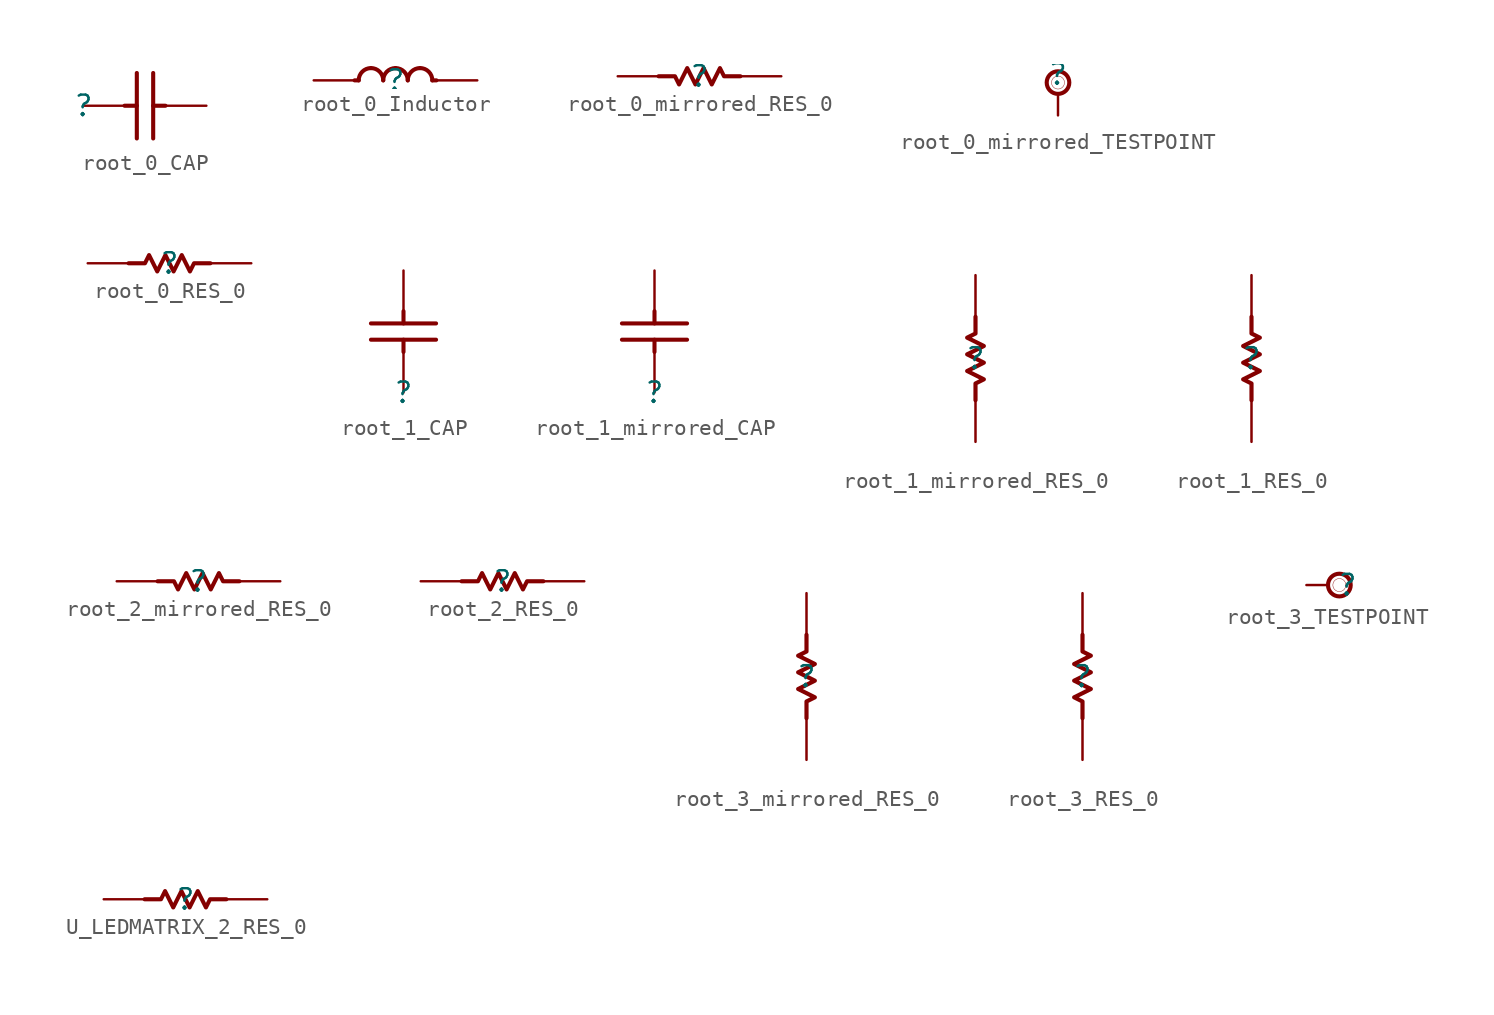
<source format=kicad_sym>
(kicad_symbol_lib
  (version 20231120)
  (generator "kicad_symbol_editor")
  (generator_version "8.0")
  (symbol "root_0_CAP"
    (property "Reference" ""
      (at 0 0 0)
      (effects (font (size 1.27 1.27))))
    (property "Value" ""
      (at 0 0 0)
      (effects (font (size 1.27 1.27))))
    (symbol "root_0_CAP_1_0"
      (polyline (pts (xy 2.54 0) (xy 3.302 0)) (stroke (width 0.254) (type solid)) (fill (type none)))
      (polyline (pts (xy 3.302 -2.032) (xy 3.302 2.032)) (stroke (width 0.254) (type solid)) (fill (type none)))
      (polyline (pts (xy 4.318 2.032) (xy 4.318 -2.032)) (stroke (width 0.254) (type solid)) (fill (type none)))
      (polyline (pts (xy 5.08 0) (xy 4.318 0)) (stroke (width 0.254) (type solid)) (fill (type none)))
      (pin passive line (at 0 0 0) (length 2.54) (name "1" (effects (font (size 0 0)))) (number "1" (effects (font (size 0 0)))))
      (pin passive line (at 7.62 0 180) (length 2.54) (name "2" (effects (font (size 0 0)))) (number "2" (effects (font (size 0 0)))))))
  (symbol "root_0_Inductor"
    (property "Reference" ""
      (at 0 0 0)
      (effects (font (size 1.27 1.27))))
    (property "Value" ""
      (at 0 0 0)
      (effects (font (size 1.27 1.27))))
    (symbol "root_0_Inductor_1_0"
      (arc (start -1.524 0.762) (mid -2.0628 0.5388) (end -2.286 0) (stroke (width 0.254) (type solid)) (fill (type none)))
      (arc (start -0.762 0) (mid -0.9852 0.5388) (end -1.524 0.762) (stroke (width 0.254) (type solid)) (fill (type none)))
      (polyline (pts (xy -2.286 0) (xy -2.54 0)) (stroke (width 0.254) (type solid)) (fill (type none)))
      (polyline (pts (xy 2.286 0) (xy 2.54 0)) (stroke (width 0.254) (type solid)) (fill (type none)))
      (arc (start 0 0.762) (mid -0.5388 0.5388) (end -0.762 0) (stroke (width 0.254) (type solid)) (fill (type none)))
      (arc (start 0.762 0) (mid 0.5388 0.5388) (end 0 0.762) (stroke (width 0.254) (type solid)) (fill (type none)))
      (arc (start 1.524 0.762) (mid 0.9852 0.5388) (end 0.762 0) (stroke (width 0.254) (type solid)) (fill (type none)))
      (arc (start 2.286 0) (mid 2.0628 0.5388) (end 1.524 0.762) (stroke (width 0.254) (type solid)) (fill (type none)))
      (pin passive line (at -5.08 0 0) (length 2.54) (name "1" (effects (font (size 0 0)))) (number "1" (effects (font (size 0 0)))))
      (pin passive line (at 5.08 0 180) (length 2.54) (name "2" (effects (font (size 0 0)))) (number "2" (effects (font (size 0 0)))))))
  (symbol "root_0_mirrored_RES_0"
    (property "Reference" ""
      (at 0 0 0)
      (effects (font (size 1.27 1.27))))
    (property "Value" ""
      (at 0 0 0)
      (effects (font (size 1.27 1.27))))
    (symbol "root_0_mirrored_RES_0_1_0"
      (polyline (pts (xy -2.54 0) (xy -1.524 0) (xy -1.27 -0.508) (xy -0.762 0.508) (xy -0.254 -0.508) (xy 0.254 0.508) (xy 0.762 -0.508) (xy 1.27 0.508) (xy 1.524 0) (xy 2.54 0)) (stroke (width 0.254) (type solid)) (fill (type none)))
      (pin passive line (at 5.08 0 180) (length 2.54) (name "1" (effects (font (size 0 0)))) (number "1" (effects (font (size 0 0)))))
      (pin passive line (at -5.08 0 0) (length 2.54) (name "2" (effects (font (size 0 0)))) (number "2" (effects (font (size 0 0)))))))
  (symbol "root_0_mirrored_TESTPOINT"
    (property "Reference" ""
      (at 0 0 0)
      (effects (font (size 1.27 1.27))))
    (property "Value" ""
      (at 0 0 0)
      (effects (font (size 1.27 1.27))))
    (symbol "root_0_mirrored_TESTPOINT_1_0"
      (circle (center 0 -0.508) (radius 0.4) (stroke (width 0.025) (type solid)) (fill (type none)))
      (circle (center 0 -0.508) (radius 0.7) (stroke (width 0.254) (type solid)) (fill (type none)))
      (pin passive line (at 0 -2.54 90) (length 1.27) (name "X" (effects (font (size 0 0)))) (number "X" (effects (font (size 0 0)))))))
  (symbol "root_0_RES_0"
    (property "Reference" ""
      (at 0 0 0)
      (effects (font (size 1.27 1.27))))
    (property "Value" ""
      (at 0 0 0)
      (effects (font (size 1.27 1.27))))
    (symbol "root_0_RES_0_1_0"
      (polyline (pts (xy 2.54 0) (xy 1.524 0) (xy 1.27 -0.508) (xy 0.762 0.508) (xy 0.254 -0.508) (xy -0.254 0.508) (xy -0.762 -0.508) (xy -1.27 0.508) (xy -1.524 0) (xy -2.54 0)) (stroke (width 0.254) (type solid)) (fill (type none)))
      (pin passive line (at -5.08 0 0) (length 2.54) (name "1" (effects (font (size 0 0)))) (number "1" (effects (font (size 0 0)))))
      (pin passive line (at 5.08 0 180) (length 2.54) (name "2" (effects (font (size 0 0)))) (number "2" (effects (font (size 0 0)))))))
  (symbol "root_1_CAP"
    (property "Reference" ""
      (at 0 0 0)
      (effects (font (size 1.27 1.27))))
    (property "Value" ""
      (at 0 0 0)
      (effects (font (size 1.27 1.27))))
    (symbol "root_1_CAP_1_0"
      (polyline (pts (xy -2.032 4.318) (xy 2.032 4.318)) (stroke (width 0.254) (type solid)) (fill (type none)))
      (polyline (pts (xy 0 2.54) (xy 0 3.302)) (stroke (width 0.254) (type solid)) (fill (type none)))
      (polyline (pts (xy 0 5.08) (xy 0 4.318)) (stroke (width 0.254) (type solid)) (fill (type none)))
      (polyline (pts (xy 2.032 3.302) (xy -2.032 3.302)) (stroke (width 0.254) (type solid)) (fill (type none)))
      (pin passive line (at 0 0 90) (length 2.54) (name "1" (effects (font (size 0 0)))) (number "1" (effects (font (size 0 0)))))
      (pin passive line (at 0 7.62 270) (length 2.54) (name "2" (effects (font (size 0 0)))) (number "2" (effects (font (size 0 0)))))))
  (symbol "root_1_mirrored_CAP"
    (property "Reference" ""
      (at 0 0 0)
      (effects (font (size 1.27 1.27))))
    (property "Value" ""
      (at 0 0 0)
      (effects (font (size 1.27 1.27))))
    (symbol "root_1_mirrored_CAP_1_0"
      (polyline (pts (xy -2.032 3.302) (xy 2.032 3.302)) (stroke (width 0.254) (type solid)) (fill (type none)))
      (polyline (pts (xy 0 2.54) (xy 0 3.302)) (stroke (width 0.254) (type solid)) (fill (type none)))
      (polyline (pts (xy 0 5.08) (xy 0 4.318)) (stroke (width 0.254) (type solid)) (fill (type none)))
      (polyline (pts (xy 2.032 4.318) (xy -2.032 4.318)) (stroke (width 0.254) (type solid)) (fill (type none)))
      (pin passive line (at 0 0 90) (length 2.54) (name "1" (effects (font (size 0 0)))) (number "1" (effects (font (size 0 0)))))
      (pin passive line (at 0 7.62 270) (length 2.54) (name "2" (effects (font (size 0 0)))) (number "2" (effects (font (size 0 0)))))))
  (symbol "root_1_mirrored_RES_0"
    (property "Reference" ""
      (at 0 0 0)
      (effects (font (size 1.27 1.27))))
    (property "Value" ""
      (at 0 0 0)
      (effects (font (size 1.27 1.27))))
    (symbol "root_1_mirrored_RES_0_1_0"
      (polyline (pts (xy 0 2.54) (xy 0 1.524) (xy -0.508 1.27) (xy 0.508 0.762) (xy -0.508 0.254) (xy 0.508 -0.254) (xy -0.508 -0.762) (xy 0.508 -1.27) (xy 0 -1.524) (xy 0 -2.54)) (stroke (width 0.254) (type solid)) (fill (type none)))
      (pin passive line (at 0 -5.08 90) (length 2.54) (name "1" (effects (font (size 0 0)))) (number "1" (effects (font (size 0 0)))))
      (pin passive line (at 0 5.08 270) (length 2.54) (name "2" (effects (font (size 0 0)))) (number "2" (effects (font (size 0 0)))))))
  (symbol "root_1_RES_0"
    (property "Reference" ""
      (at 0 0 0)
      (effects (font (size 1.27 1.27))))
    (property "Value" ""
      (at 0 0 0)
      (effects (font (size 1.27 1.27))))
    (symbol "root_1_RES_0_1_0"
      (polyline (pts (xy 0 2.54) (xy 0 1.524) (xy 0.508 1.27) (xy -0.508 0.762) (xy 0.508 0.254) (xy -0.508 -0.254) (xy 0.508 -0.762) (xy -0.508 -1.27) (xy 0 -1.524) (xy 0 -2.54)) (stroke (width 0.254) (type solid)) (fill (type none)))
      (pin passive line (at 0 -5.08 90) (length 2.54) (name "1" (effects (font (size 0 0)))) (number "1" (effects (font (size 0 0)))))
      (pin passive line (at 0 5.08 270) (length 2.54) (name "2" (effects (font (size 0 0)))) (number "2" (effects (font (size 0 0)))))))
  (symbol "root_2_mirrored_RES_0"
    (property "Reference" ""
      (at 0 0 0)
      (effects (font (size 1.27 1.27))))
    (property "Value" ""
      (at 0 0 0)
      (effects (font (size 1.27 1.27))))
    (symbol "root_2_mirrored_RES_0_1_0"
      (polyline (pts (xy 2.54 0) (xy 1.524 0) (xy 1.27 0.508) (xy 0.762 -0.508) (xy 0.254 0.508) (xy -0.254 -0.508) (xy -0.762 0.508) (xy -1.27 -0.508) (xy -1.524 0) (xy -2.54 0)) (stroke (width 0.254) (type solid)) (fill (type none)))
      (pin passive line (at -5.08 0 0) (length 2.54) (name "1" (effects (font (size 0 0)))) (number "1" (effects (font (size 0 0)))))
      (pin passive line (at 5.08 0 180) (length 2.54) (name "2" (effects (font (size 0 0)))) (number "2" (effects (font (size 0 0)))))))
  (symbol "root_2_RES_0"
    (property "Reference" ""
      (at 0 0 0)
      (effects (font (size 1.27 1.27))))
    (property "Value" ""
      (at 0 0 0)
      (effects (font (size 1.27 1.27))))
    (symbol "root_2_RES_0_1_0"
      (polyline (pts (xy -2.54 0) (xy -1.524 0) (xy -1.27 0.508) (xy -0.762 -0.508) (xy -0.254 0.508) (xy 0.254 -0.508) (xy 0.762 0.508) (xy 1.27 -0.508) (xy 1.524 0) (xy 2.54 0)) (stroke (width 0.254) (type solid)) (fill (type none)))
      (pin passive line (at 5.08 0 180) (length 2.54) (name "1" (effects (font (size 0 0)))) (number "1" (effects (font (size 0 0)))))
      (pin passive line (at -5.08 0 0) (length 2.54) (name "2" (effects (font (size 0 0)))) (number "2" (effects (font (size 0 0)))))))
  (symbol "root_3_mirrored_RES_0"
    (property "Reference" ""
      (at 0 0 0)
      (effects (font (size 1.27 1.27))))
    (property "Value" ""
      (at 0 0 0)
      (effects (font (size 1.27 1.27))))
    (symbol "root_3_mirrored_RES_0_1_0"
      (polyline (pts (xy 0 -2.54) (xy 0 -1.524) (xy 0.508 -1.27) (xy -0.508 -0.762) (xy 0.508 -0.254) (xy -0.508 0.254) (xy 0.508 0.762) (xy -0.508 1.27) (xy 0 1.524) (xy 0 2.54)) (stroke (width 0.254) (type solid)) (fill (type none)))
      (pin passive line (at 0 5.08 270) (length 2.54) (name "1" (effects (font (size 0 0)))) (number "1" (effects (font (size 0 0)))))
      (pin passive line (at 0 -5.08 90) (length 2.54) (name "2" (effects (font (size 0 0)))) (number "2" (effects (font (size 0 0)))))))
  (symbol "root_3_RES_0"
    (property "Reference" ""
      (at 0 0 0)
      (effects (font (size 1.27 1.27))))
    (property "Value" ""
      (at 0 0 0)
      (effects (font (size 1.27 1.27))))
    (symbol "root_3_RES_0_1_0"
      (polyline (pts (xy 0 -2.54) (xy 0 -1.524) (xy -0.508 -1.27) (xy 0.508 -0.762) (xy -0.508 -0.254) (xy 0.508 0.254) (xy -0.508 0.762) (xy 0.508 1.27) (xy 0 1.524) (xy 0 2.54)) (stroke (width 0.254) (type solid)) (fill (type none)))
      (pin passive line (at 0 5.08 270) (length 2.54) (name "1" (effects (font (size 0 0)))) (number "1" (effects (font (size 0 0)))))
      (pin passive line (at 0 -5.08 90) (length 2.54) (name "2" (effects (font (size 0 0)))) (number "2" (effects (font (size 0 0)))))))
  (symbol "root_3_TESTPOINT"
    (property "Reference" ""
      (at 0 0 0)
      (effects (font (size 1.27 1.27))))
    (property "Value" ""
      (at 0 0 0)
      (effects (font (size 1.27 1.27))))
    (symbol "root_3_TESTPOINT_1_0"
      (circle (center -0.508 0) (radius 0.4) (stroke (width 0.025) (type solid)) (fill (type none)))
      (circle (center -0.508 0) (radius 0.7) (stroke (width 0.254) (type solid)) (fill (type none)))
      (pin passive line (at -2.54 0 0) (length 1.27) (name "X" (effects (font (size 0 0)))) (number "X" (effects (font (size 0 0)))))))
  (symbol "U_LEDMATRIX_2_RES_0"
    (property "Reference" ""
      (at 0 0 0)
      (effects (font (size 1.27 1.27))))
    (property "Value" ""
      (at 0 0 0)
      (effects (font (size 1.27 1.27))))
    (symbol "U_LEDMATRIX_2_RES_0_1_0"
      (polyline (pts (xy -2.54 0) (xy -1.524 0) (xy -1.27 0.508) (xy -0.762 -0.508) (xy -0.254 0.508) (xy 0.254 -0.508) (xy 0.762 0.508) (xy 1.27 -0.508) (xy 1.524 0) (xy 2.54 0)) (stroke (width 0.254) (type solid)) (fill (type none)))
      (pin passive line (at 5.08 0 180) (length 2.54) (name "1" (effects (font (size 0 0)))) (number "1" (effects (font (size 0 0)))))
      (pin passive line (at -5.08 0 0) (length 2.54) (name "2" (effects (font (size 0 0)))) (number "2" (effects (font (size 0 0))))))))
</source>
